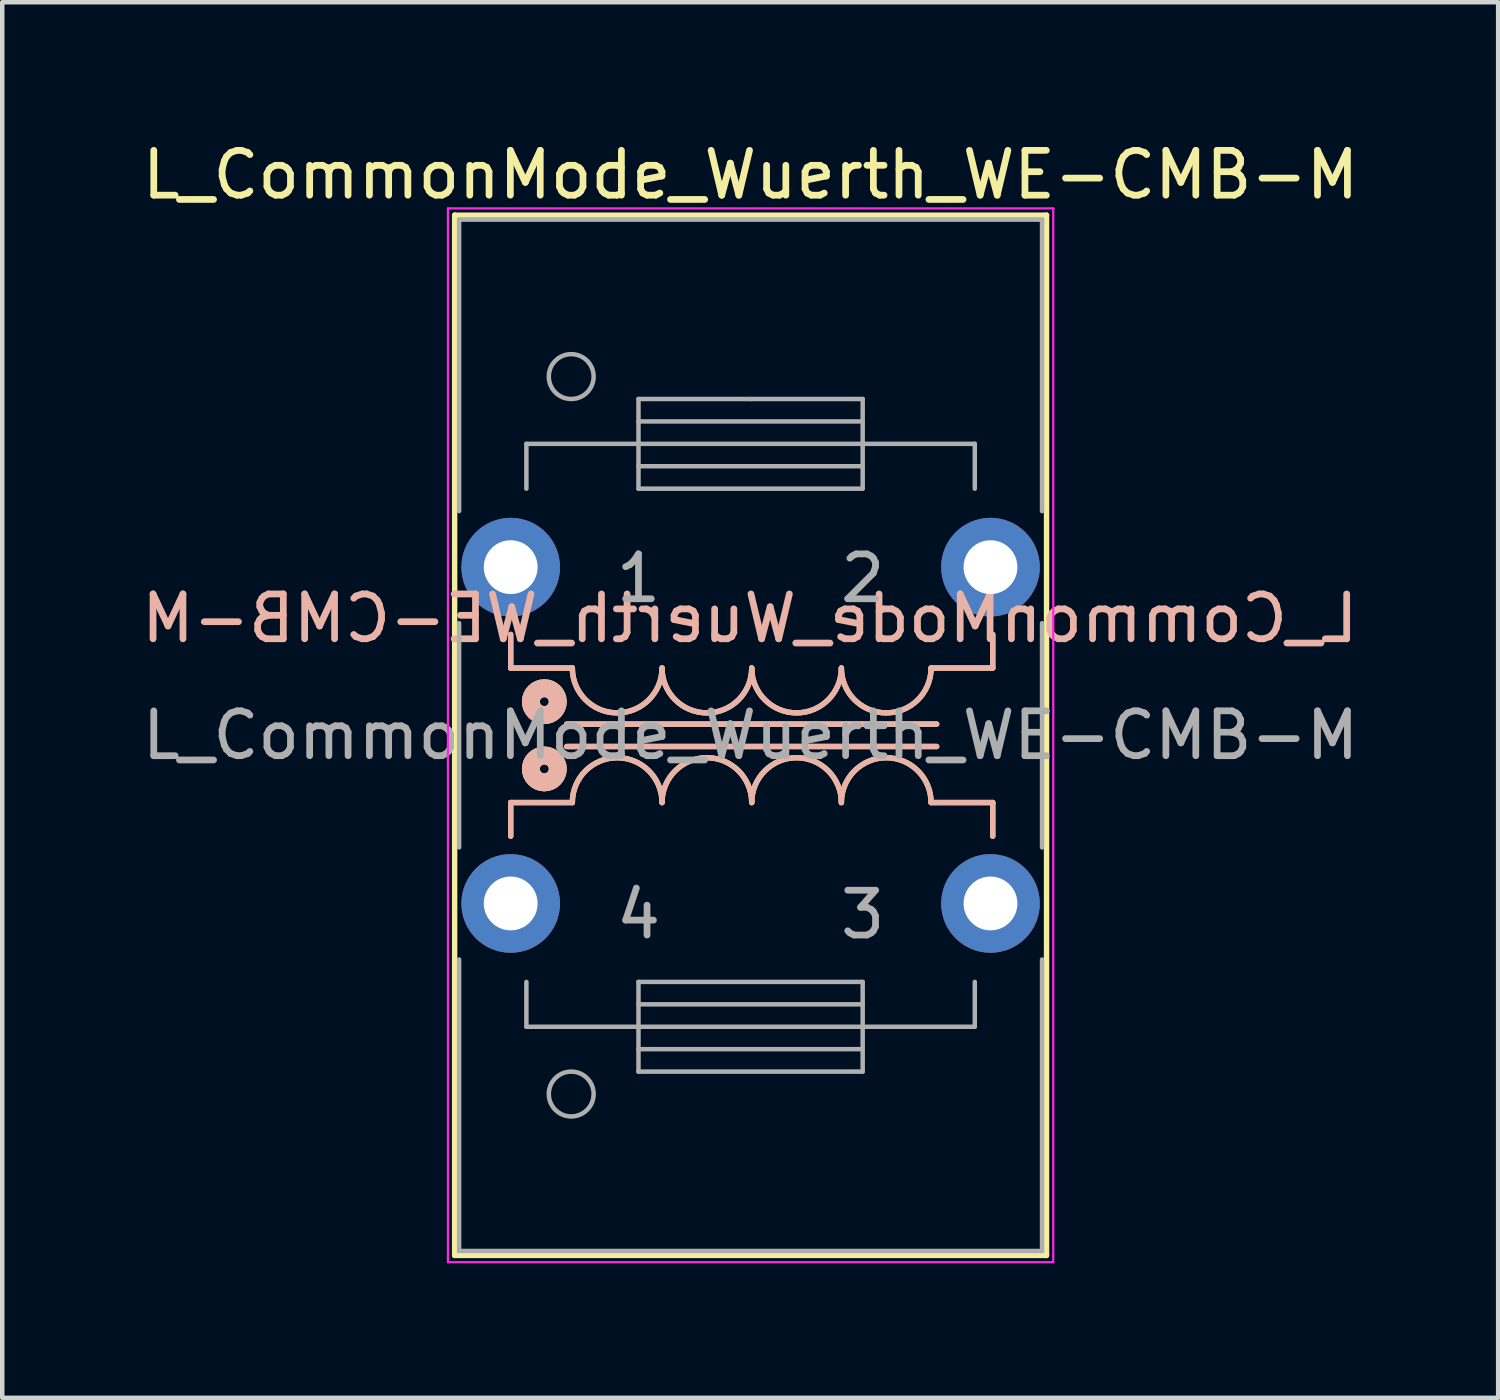
<source format=kicad_pcb>
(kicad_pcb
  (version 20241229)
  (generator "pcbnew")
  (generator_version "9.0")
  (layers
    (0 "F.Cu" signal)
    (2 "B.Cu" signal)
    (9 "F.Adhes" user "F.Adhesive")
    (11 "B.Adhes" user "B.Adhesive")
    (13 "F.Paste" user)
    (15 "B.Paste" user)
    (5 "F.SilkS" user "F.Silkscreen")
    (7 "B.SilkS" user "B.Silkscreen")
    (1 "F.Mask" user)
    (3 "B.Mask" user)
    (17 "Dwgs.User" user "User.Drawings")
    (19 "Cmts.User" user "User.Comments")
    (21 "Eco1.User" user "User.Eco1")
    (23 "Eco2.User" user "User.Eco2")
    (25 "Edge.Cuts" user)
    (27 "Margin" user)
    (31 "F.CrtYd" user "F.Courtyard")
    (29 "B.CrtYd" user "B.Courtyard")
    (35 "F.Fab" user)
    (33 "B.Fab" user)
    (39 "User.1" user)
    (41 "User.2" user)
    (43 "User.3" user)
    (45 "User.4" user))
  (footprint "L_CommonMode_Wuerth_WE-CMB-M"
    (layer "F.Cu")
    (at 8.339 9.598)
    (property "Reference" "L_CommonMode_Wuerth_WE-CMB-M" (at 5.35 -8.75 0) (layer "F.SilkS") (effects (font (size 1 1) (thickness 0.15))))
    (fp_line (start -1.25 -7.85) (end 11.95 -7.85) (stroke (width 0.12) (type solid)) (layer "F.SilkS"))
    (fp_line (start -1.25 15.35) (end -1.25 -7.85) (stroke (width 0.12) (type solid)) (layer "F.SilkS"))
    (fp_line (start 0 1.5) (end 0 2.25) (stroke (width 0.12) (type solid)) (layer "F.SilkS"))
    (fp_line (start 0 2.25) (end 1.375 2.25) (stroke (width 0.12) (type solid)) (layer "F.SilkS"))
    (fp_line (start 0 6) (end 0 5.25) (stroke (width 0.12) (type solid)) (layer "F.SilkS"))
    (fp_line (start 1.25 3.5) (end 9.5 3.5) (stroke (width 0.12) (type solid)) (layer "F.SilkS"))
    (fp_line (start 1.375 5.25) (end 0 5.25) (stroke (width 0.12) (type solid)) (layer "F.SilkS"))
    (fp_line (start 9.375 2.25) (end 10.75 2.25) (stroke (width 0.12) (type solid)) (layer "F.SilkS"))
    (fp_line (start 9.5 4) (end 1.25 4) (stroke (width 0.12) (type solid)) (layer "F.SilkS"))
    (fp_line (start 10.75 1.5) (end 10.75 2.25) (stroke (width 0.12) (type solid)) (layer "F.SilkS"))
    (fp_line (start 10.75 5.25) (end 9.375 5.25) (stroke (width 0.12) (type solid)) (layer "F.SilkS"))
    (fp_line (start 10.75 6) (end 10.75 5.25) (stroke (width 0.12) (type solid)) (layer "F.SilkS"))
    (fp_line (start 11.95 -7.85) (end 11.95 15.35) (stroke (width 0.12) (type solid)) (layer "F.SilkS"))
    (fp_line (start 11.95 15.35) (end -1.25 15.35) (stroke (width 0.12) (type solid)) (layer "F.SilkS"))
    (fp_arc (start 1.375 5.25) (mid 2.375 4.25) (end 3.375 5.25) (stroke (width 0.12) (type solid)) (layer "F.SilkS"))
    (fp_arc (start 3.375 2.25) (mid 2.375 3.25) (end 1.375 2.25) (stroke (width 0.12) (type solid)) (layer "F.SilkS"))
    (fp_arc (start 3.375 5.25) (mid 4.375 4.25) (end 5.375 5.25) (stroke (width 0.12) (type solid)) (layer "F.SilkS"))
    (fp_arc (start 5.375 2.25) (mid 4.375 3.25) (end 3.375 2.25) (stroke (width 0.12) (type solid)) (layer "F.SilkS"))
    (fp_arc (start 5.375 5.25) (mid 6.375 4.25) (end 7.375 5.25) (stroke (width 0.12) (type solid)) (layer "F.SilkS"))
    (fp_arc (start 7.375 2.25) (mid 6.375 3.25) (end 5.375 2.25) (stroke (width 0.12) (type solid)) (layer "F.SilkS"))
    (fp_arc (start 7.375 5.25) (mid 8.375 4.25) (end 9.375 5.25) (stroke (width 0.12) (type solid)) (layer "F.SilkS"))
    (fp_arc (start 9.375 2.25) (mid 8.375 3.25) (end 7.375 2.25) (stroke (width 0.12) (type solid)) (layer "F.SilkS"))
    (fp_circle (center 0.75 3) (end 0.85 3) (stroke (width 0.4) (type solid)) (fill no) (layer "F.SilkS"))
    (fp_circle (center 0.75 4.5) (end 0.85 4.5) (stroke (width 0.4) (type solid)) (fill no) (layer "F.SilkS"))
    (fp_line (start 0 1.5) (end 0 2.25) (stroke (width 0.12) (type solid)) (layer "B.SilkS"))
    (fp_line (start 0 5.25) (end 1.375 5.25) (stroke (width 0.12) (type solid)) (layer "B.SilkS"))
    (fp_line (start 0 6) (end 0 5.25) (stroke (width 0.12) (type solid)) (layer "B.SilkS"))
    (fp_line (start 1.25 4) (end 9.5 4) (stroke (width 0.12) (type solid)) (layer "B.SilkS"))
    (fp_line (start 1.375 2.25) (end 0 2.25) (stroke (width 0.12) (type solid)) (layer "B.SilkS"))
    (fp_line (start 9.375 5.25) (end 10.75 5.25) (stroke (width 0.12) (type solid)) (layer "B.SilkS"))
    (fp_line (start 9.5 3.5) (end 1.25 3.5) (stroke (width 0.12) (type solid)) (layer "B.SilkS"))
    (fp_line (start 10.75 1.5) (end 10.75 2.25) (stroke (width 0.12) (type solid)) (layer "B.SilkS"))
    (fp_line (start 10.75 2.25) (end 9.375 2.25) (stroke (width 0.12) (type solid)) (layer "B.SilkS"))
    (fp_line (start 10.75 6) (end 10.75 5.25) (stroke (width 0.12) (type solid)) (layer "B.SilkS"))
    (fp_arc (start 1.375 5.25) (mid 2.375 4.25) (end 3.375 5.25) (stroke (width 0.12) (type solid)) (layer "B.SilkS"))
    (fp_arc (start 3.375 2.25) (mid 2.375 3.25) (end 1.375 2.25) (stroke (width 0.12) (type solid)) (layer "B.SilkS"))
    (fp_arc (start 3.375 5.25) (mid 4.375 4.25) (end 5.375 5.25) (stroke (width 0.12) (type solid)) (layer "B.SilkS"))
    (fp_arc (start 5.375 2.25) (mid 4.375 3.25) (end 3.375 2.25) (stroke (width 0.12) (type solid)) (layer "B.SilkS"))
    (fp_arc (start 5.375 5.25) (mid 6.375 4.25) (end 7.375 5.25) (stroke (width 0.12) (type solid)) (layer "B.SilkS"))
    (fp_arc (start 7.375 2.25) (mid 6.375 3.25) (end 5.375 2.25) (stroke (width 0.12) (type solid)) (layer "B.SilkS"))
    (fp_arc (start 7.375 5.25) (mid 8.375 4.25) (end 9.375 5.25) (stroke (width 0.12) (type solid)) (layer "B.SilkS"))
    (fp_arc (start 9.375 2.25) (mid 8.375 3.25) (end 7.375 2.25) (stroke (width 0.12) (type solid)) (layer "B.SilkS"))
    (fp_circle (center 0.75 3) (end 0.85 3) (stroke (width 0.4) (type solid)) (fill no) (layer "B.SilkS"))
    (fp_circle (center 0.75 4.5) (end 0.85 4.5) (stroke (width 0.4) (type solid)) (fill no) (layer "B.SilkS"))
    (fp_line (start -1.4 -8) (end 12.1 -8) (stroke (width 0.05) (type solid)) (layer "F.CrtYd"))
    (fp_line (start -1.4 15.5) (end -1.4 -8) (stroke (width 0.05) (type solid)) (layer "F.CrtYd"))
    (fp_line (start 12.1 -8) (end 12.1 15.5) (stroke (width 0.05) (type solid)) (layer "F.CrtYd"))
    (fp_line (start 12.1 15.5) (end -1.4 15.5) (stroke (width 0.05) (type solid)) (layer "F.CrtYd"))
    (fp_line (start -1.15 -7.75) (end 11.85 -7.75) (stroke (width 0.1) (type solid)) (layer "F.Fab"))
    (fp_line (start -1.15 -1.25) (end -1.15 -7.75) (stroke (width 0.1) (type solid)) (layer "F.Fab"))
    (fp_line (start -1.15 6.25) (end -1.15 1.25) (stroke (width 0.1) (type solid)) (layer "F.Fab"))
    (fp_line (start -1.15 15.25) (end -1.15 8.75) (stroke (width 0.1) (type solid)) (layer "F.Fab"))
    (fp_line (start 0.35 -2.75) (end 0.35 -1.75) (stroke (width 0.1) (type solid)) (layer "F.Fab"))
    (fp_line (start 0.35 9.25) (end 0.35 10.25) (stroke (width 0.1) (type solid)) (layer "F.Fab"))
    (fp_line (start 0.35 10.25) (end 2.85 10.25) (stroke (width 0.1) (type solid)) (layer "F.Fab"))
    (fp_line (start 2.85 -3.75) (end 5.35 -3.75) (stroke (width 0.1) (type solid)) (layer "F.Fab"))
    (fp_line (start 2.85 -2.75) (end 0.35 -2.75) (stroke (width 0.1) (type solid)) (layer "F.Fab"))
    (fp_line (start 2.85 -2.75) (end 7.85 -2.75) (stroke (width 0.1) (type solid)) (layer "F.Fab"))
    (fp_line (start 2.85 -2.25) (end 7.85 -2.25) (stroke (width 0.1) (type solid)) (layer "F.Fab"))
    (fp_line (start 2.85 -1.75) (end 2.85 -3.75) (stroke (width 0.1) (type solid)) (layer "F.Fab"))
    (fp_line (start 2.85 9.25) (end 7.85 9.25) (stroke (width 0.1) (type solid)) (layer "F.Fab"))
    (fp_line (start 2.85 10.75) (end 7.85 10.75) (stroke (width 0.1) (type solid)) (layer "F.Fab"))
    (fp_line (start 2.85 11.25) (end 2.85 9.25) (stroke (width 0.1) (type solid)) (layer "F.Fab"))
    (fp_line (start 5.35 -3.75) (end 7.85 -3.75) (stroke (width 0.1) (type solid)) (layer "F.Fab"))
    (fp_line (start 7.85 -3.75) (end 7.85 -1.75) (stroke (width 0.1) (type solid)) (layer "F.Fab"))
    (fp_line (start 7.85 -3.25) (end 2.85 -3.25) (stroke (width 0.1) (type solid)) (layer "F.Fab"))
    (fp_line (start 7.85 -2.75) (end 10.35 -2.75) (stroke (width 0.1) (type solid)) (layer "F.Fab"))
    (fp_line (start 7.85 -1.75) (end 2.85 -1.75) (stroke (width 0.1) (type solid)) (layer "F.Fab"))
    (fp_line (start 7.85 9.25) (end 7.85 11.25) (stroke (width 0.1) (type solid)) (layer "F.Fab"))
    (fp_line (start 7.85 9.75) (end 2.85 9.75) (stroke (width 0.1) (type solid)) (layer "F.Fab"))
    (fp_line (start 7.85 10.25) (end 2.85 10.25) (stroke (width 0.1) (type solid)) (layer "F.Fab"))
    (fp_line (start 7.85 11.25) (end 2.85 11.25) (stroke (width 0.1) (type solid)) (layer "F.Fab"))
    (fp_line (start 10.35 -2.75) (end 10.35 -1.75) (stroke (width 0.1) (type solid)) (layer "F.Fab"))
    (fp_line (start 10.35 9.25) (end 10.35 10.25) (stroke (width 0.1) (type solid)) (layer "F.Fab"))
    (fp_line (start 10.35 10.25) (end 7.85 10.25) (stroke (width 0.1) (type solid)) (layer "F.Fab"))
    (fp_line (start 11.85 -7.75) (end 11.85 -1.25) (stroke (width 0.1) (type solid)) (layer "F.Fab"))
    (fp_line (start 11.85 1.25) (end 11.85 6.25) (stroke (width 0.1) (type solid)) (layer "F.Fab"))
    (fp_line (start 11.85 8.75) (end 11.85 15.25) (stroke (width 0.1) (type solid)) (layer "F.Fab"))
    (fp_line (start 11.85 15.25) (end -1.15 15.25) (stroke (width 0.1) (type solid)) (layer "F.Fab"))
    (fp_circle (center 1.35 -4.25) (end 1.85 -4.25) (stroke (width 0.1) (type solid)) (fill no) (layer "F.Fab"))
    (fp_circle (center 1.35 11.75) (end 1.85 11.75) (stroke (width 0.1) (type solid)) (fill no) (layer "F.Fab"))
    (fp_text user "${REFERENCE}" (at 5.334 1.143 0) (layer "B.SilkS") (effects (font (size 1 1) (thickness 0.15)) (justify mirror)))
    (fp_text user "1" (at 2.85 0.25 0) (layer "F.Fab") (effects (font (size 1 1) (thickness 0.15))))
    (fp_text user "${REFERENCE}" (at 5.35 3.75 0) (layer "F.Fab") (effects (font (size 1 1) (thickness 0.15))))
    (fp_text user "2" (at 7.85 0.25 0) (layer "F.Fab") (effects (font (size 1 1) (thickness 0.15))))
    (fp_text user "3" (at 7.85 7.75 0) (layer "F.Fab") (effects (font (size 1 1) (thickness 0.15))))
    (fp_text user "4" (at 2.85 7.75 0) (layer "F.Fab") (effects (font (size 1 1) (thickness 0.15))))
    (pad "1" thru_hole circle (at 0 0) (size 2.2 2.2) (drill 1.2) (layers "*.Cu" "*.Mask"))
    (pad "2" thru_hole circle (at 10.7 0) (size 2.2 2.2) (drill 1.2) (layers "*.Cu" "*.Mask"))
    (pad "3" thru_hole circle (at 10.7 7.5) (size 2.2 2.2) (drill 1.2) (layers "*.Cu" "*.Mask"))
    (pad "4" thru_hole circle (at 0 7.5) (size 2.2 2.2) (drill 1.2) (layers "*.Cu" "*.Mask")))
  (gr_rect
    (start -3 -3)
    (end 30.361 28.123)
    (stroke (width 0.1) (type default))
    (fill no)
    (layer "Edge.Cuts")))
</source>
